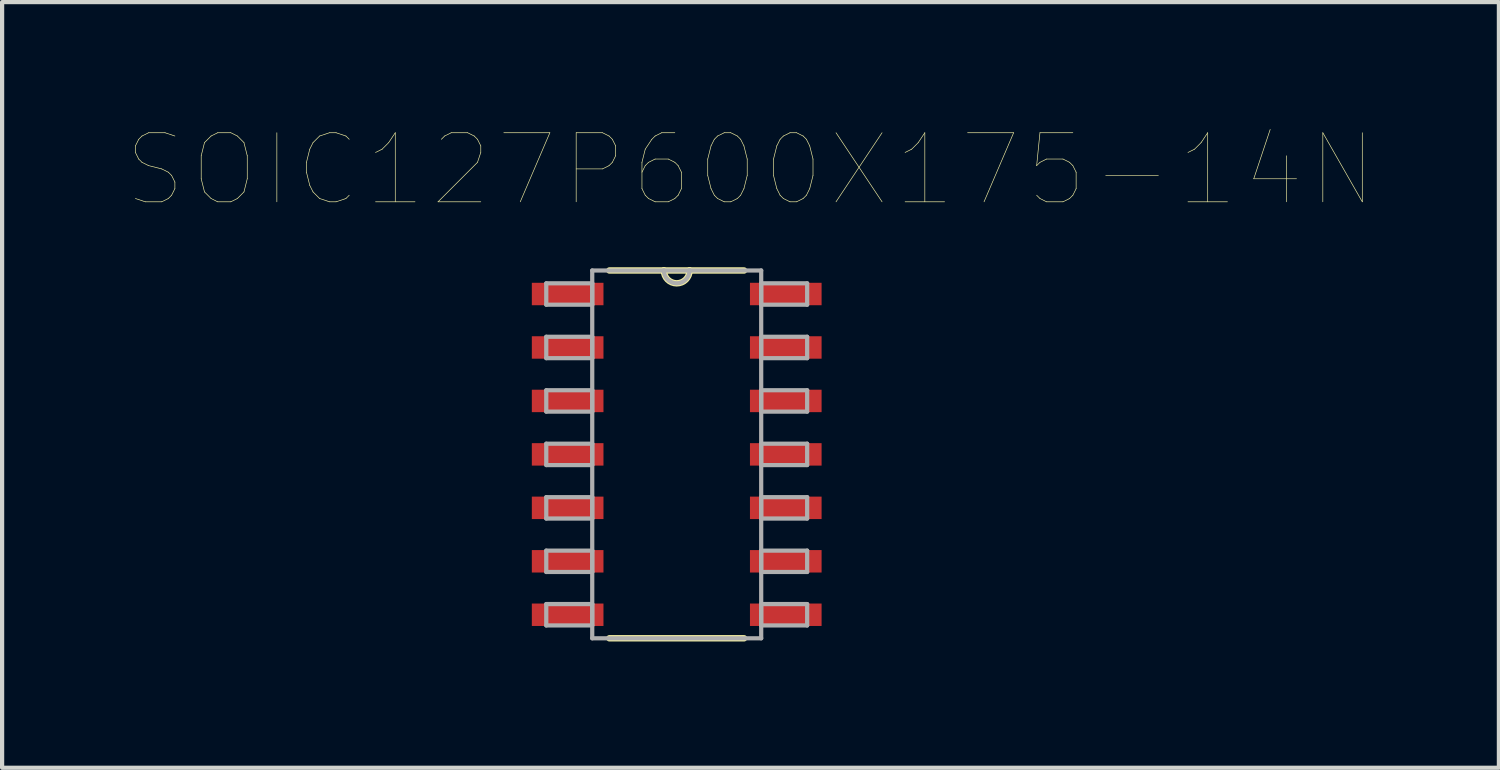
<source format=kicad_pcb>
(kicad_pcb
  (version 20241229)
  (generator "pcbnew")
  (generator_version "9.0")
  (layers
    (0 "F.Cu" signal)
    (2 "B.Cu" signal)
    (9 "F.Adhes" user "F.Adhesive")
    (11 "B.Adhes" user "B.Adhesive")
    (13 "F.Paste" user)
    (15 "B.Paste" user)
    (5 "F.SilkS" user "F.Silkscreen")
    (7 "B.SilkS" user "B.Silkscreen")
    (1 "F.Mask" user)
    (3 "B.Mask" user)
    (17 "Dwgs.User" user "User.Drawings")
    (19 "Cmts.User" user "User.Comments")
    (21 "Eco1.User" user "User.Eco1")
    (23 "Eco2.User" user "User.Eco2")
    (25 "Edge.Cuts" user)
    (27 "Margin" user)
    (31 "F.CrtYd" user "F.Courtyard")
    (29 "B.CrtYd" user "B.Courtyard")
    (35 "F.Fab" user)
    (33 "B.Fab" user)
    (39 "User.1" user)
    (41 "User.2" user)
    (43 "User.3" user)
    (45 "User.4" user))
  (footprint "SOIC127P600X175-14N"
    (layer "F.Cu")
    (at 13.027 7.745)
    (property "Reference" "SOIC127P600X175-14N" (at 1.753 -6.759 0) (layer "F.SilkS") (effects (font (size 1.641 1.641) (thickness 0.015))))
    (attr through_hole)
    (fp_line (start -1.6 4.369) (end 1.6 4.369) (stroke (width 0.152) (type solid)) (layer "F.SilkS"))
    (fp_line (start -0.305 -4.369) (end -1.6 -4.369) (stroke (width 0.152) (type solid)) (layer "F.SilkS"))
    (fp_line (start 0.305 -4.369) (end -0.305 -4.369) (stroke (width 0.152) (type solid)) (layer "F.SilkS"))
    (fp_line (start 1.6 -4.369) (end 0.305 -4.369) (stroke (width 0.152) (type solid)) (layer "F.SilkS"))
    (fp_arc (start 0.3048 -4.3688) (mid 0 -4.064) (end -0.3048 -4.3688) (stroke (width 0.1524) (type solid)) (layer "F.SilkS"))
    (fp_line (start -3.099 -4.064) (end -3.099 -3.556) (stroke (width 0.1) (type solid)) (layer "F.Fab"))
    (fp_line (start -3.099 -3.556) (end -2.007 -3.556) (stroke (width 0.1) (type solid)) (layer "F.Fab"))
    (fp_line (start -3.099 -2.794) (end -3.099 -2.286) (stroke (width 0.1) (type solid)) (layer "F.Fab"))
    (fp_line (start -3.099 -2.286) (end -2.007 -2.286) (stroke (width 0.1) (type solid)) (layer "F.Fab"))
    (fp_line (start -3.099 -1.524) (end -3.099 -1.016) (stroke (width 0.1) (type solid)) (layer "F.Fab"))
    (fp_line (start -3.099 -1.016) (end -2.007 -1.016) (stroke (width 0.1) (type solid)) (layer "F.Fab"))
    (fp_line (start -3.099 -0.254) (end -3.099 0.254) (stroke (width 0.1) (type solid)) (layer "F.Fab"))
    (fp_line (start -3.099 0.254) (end -2.007 0.254) (stroke (width 0.1) (type solid)) (layer "F.Fab"))
    (fp_line (start -3.099 1.016) (end -3.099 1.524) (stroke (width 0.1) (type solid)) (layer "F.Fab"))
    (fp_line (start -3.099 1.524) (end -2.007 1.524) (stroke (width 0.1) (type solid)) (layer "F.Fab"))
    (fp_line (start -3.099 2.286) (end -3.099 2.794) (stroke (width 0.1) (type solid)) (layer "F.Fab"))
    (fp_line (start -3.099 2.794) (end -2.007 2.794) (stroke (width 0.1) (type solid)) (layer "F.Fab"))
    (fp_line (start -3.099 3.556) (end -3.099 4.064) (stroke (width 0.1) (type solid)) (layer "F.Fab"))
    (fp_line (start -3.099 4.064) (end -2.007 4.064) (stroke (width 0.1) (type solid)) (layer "F.Fab"))
    (fp_line (start -2.007 -4.369) (end -2.007 4.369) (stroke (width 0.1) (type solid)) (layer "F.Fab"))
    (fp_line (start -2.007 -4.064) (end -3.099 -4.064) (stroke (width 0.1) (type solid)) (layer "F.Fab"))
    (fp_line (start -2.007 -3.556) (end -2.007 -4.064) (stroke (width 0.1) (type solid)) (layer "F.Fab"))
    (fp_line (start -2.007 -2.794) (end -3.099 -2.794) (stroke (width 0.1) (type solid)) (layer "F.Fab"))
    (fp_line (start -2.007 -2.286) (end -2.007 -2.794) (stroke (width 0.1) (type solid)) (layer "F.Fab"))
    (fp_line (start -2.007 -1.524) (end -3.099 -1.524) (stroke (width 0.1) (type solid)) (layer "F.Fab"))
    (fp_line (start -2.007 -1.016) (end -2.007 -1.524) (stroke (width 0.1) (type solid)) (layer "F.Fab"))
    (fp_line (start -2.007 -0.254) (end -3.099 -0.254) (stroke (width 0.1) (type solid)) (layer "F.Fab"))
    (fp_line (start -2.007 0.254) (end -2.007 -0.254) (stroke (width 0.1) (type solid)) (layer "F.Fab"))
    (fp_line (start -2.007 1.016) (end -3.099 1.016) (stroke (width 0.1) (type solid)) (layer "F.Fab"))
    (fp_line (start -2.007 1.524) (end -2.007 1.016) (stroke (width 0.1) (type solid)) (layer "F.Fab"))
    (fp_line (start -2.007 2.286) (end -3.099 2.286) (stroke (width 0.1) (type solid)) (layer "F.Fab"))
    (fp_line (start -2.007 2.794) (end -2.007 2.286) (stroke (width 0.1) (type solid)) (layer "F.Fab"))
    (fp_line (start -2.007 3.556) (end -3.099 3.556) (stroke (width 0.1) (type solid)) (layer "F.Fab"))
    (fp_line (start -2.007 4.064) (end -2.007 3.556) (stroke (width 0.1) (type solid)) (layer "F.Fab"))
    (fp_line (start -2.007 4.369) (end 2.007 4.369) (stroke (width 0.1) (type solid)) (layer "F.Fab"))
    (fp_line (start -0.305 -4.369) (end -2.007 -4.369) (stroke (width 0.1) (type solid)) (layer "F.Fab"))
    (fp_line (start 0.305 -4.369) (end -0.305 -4.369) (stroke (width 0.1) (type solid)) (layer "F.Fab"))
    (fp_line (start 2.007 -4.369) (end 0.305 -4.369) (stroke (width 0.1) (type solid)) (layer "F.Fab"))
    (fp_line (start 2.007 -4.064) (end 2.007 -3.556) (stroke (width 0.1) (type solid)) (layer "F.Fab"))
    (fp_line (start 2.007 -3.556) (end 3.099 -3.556) (stroke (width 0.1) (type solid)) (layer "F.Fab"))
    (fp_line (start 2.007 -2.794) (end 2.007 -2.286) (stroke (width 0.1) (type solid)) (layer "F.Fab"))
    (fp_line (start 2.007 -2.286) (end 3.099 -2.286) (stroke (width 0.1) (type solid)) (layer "F.Fab"))
    (fp_line (start 2.007 -1.524) (end 2.007 -1.016) (stroke (width 0.1) (type solid)) (layer "F.Fab"))
    (fp_line (start 2.007 -1.016) (end 3.099 -1.016) (stroke (width 0.1) (type solid)) (layer "F.Fab"))
    (fp_line (start 2.007 -0.254) (end 2.007 0.254) (stroke (width 0.1) (type solid)) (layer "F.Fab"))
    (fp_line (start 2.007 0.254) (end 3.099 0.254) (stroke (width 0.1) (type solid)) (layer "F.Fab"))
    (fp_line (start 2.007 1.016) (end 2.007 1.524) (stroke (width 0.1) (type solid)) (layer "F.Fab"))
    (fp_line (start 2.007 1.524) (end 3.099 1.524) (stroke (width 0.1) (type solid)) (layer "F.Fab"))
    (fp_line (start 2.007 2.286) (end 2.007 2.794) (stroke (width 0.1) (type solid)) (layer "F.Fab"))
    (fp_line (start 2.007 2.794) (end 3.099 2.794) (stroke (width 0.1) (type solid)) (layer "F.Fab"))
    (fp_line (start 2.007 3.556) (end 2.007 4.064) (stroke (width 0.1) (type solid)) (layer "F.Fab"))
    (fp_line (start 2.007 4.064) (end 3.099 4.064) (stroke (width 0.1) (type solid)) (layer "F.Fab"))
    (fp_line (start 2.007 4.369) (end 2.007 -4.369) (stroke (width 0.1) (type solid)) (layer "F.Fab"))
    (fp_line (start 3.099 -4.064) (end 2.007 -4.064) (stroke (width 0.1) (type solid)) (layer "F.Fab"))
    (fp_line (start 3.099 -3.556) (end 3.099 -4.064) (stroke (width 0.1) (type solid)) (layer "F.Fab"))
    (fp_line (start 3.099 -2.794) (end 2.007 -2.794) (stroke (width 0.1) (type solid)) (layer "F.Fab"))
    (fp_line (start 3.099 -2.286) (end 3.099 -2.794) (stroke (width 0.1) (type solid)) (layer "F.Fab"))
    (fp_line (start 3.099 -1.524) (end 2.007 -1.524) (stroke (width 0.1) (type solid)) (layer "F.Fab"))
    (fp_line (start 3.099 -1.016) (end 3.099 -1.524) (stroke (width 0.1) (type solid)) (layer "F.Fab"))
    (fp_line (start 3.099 -0.254) (end 2.007 -0.254) (stroke (width 0.1) (type solid)) (layer "F.Fab"))
    (fp_line (start 3.099 0.254) (end 3.099 -0.254) (stroke (width 0.1) (type solid)) (layer "F.Fab"))
    (fp_line (start 3.099 1.016) (end 2.007 1.016) (stroke (width 0.1) (type solid)) (layer "F.Fab"))
    (fp_line (start 3.099 1.524) (end 3.099 1.016) (stroke (width 0.1) (type solid)) (layer "F.Fab"))
    (fp_line (start 3.099 2.286) (end 2.007 2.286) (stroke (width 0.1) (type solid)) (layer "F.Fab"))
    (fp_line (start 3.099 2.794) (end 3.099 2.286) (stroke (width 0.1) (type solid)) (layer "F.Fab"))
    (fp_line (start 3.099 3.556) (end 2.007 3.556) (stroke (width 0.1) (type solid)) (layer "F.Fab"))
    (fp_line (start 3.099 4.064) (end 3.099 3.556) (stroke (width 0.1) (type solid)) (layer "F.Fab"))
    (fp_arc (start 0.3048 -4.3688) (mid 0 -4.064) (end -0.3048 -4.3688) (stroke (width 0.1) (type solid)) (layer "F.Fab"))
    (pad "1" smd rect (at -2.591 -3.81) (size 1.702 0.533) (layers "F.Cu" "F.Mask" "F.Paste"))
    (pad "2" smd rect (at -2.591 -2.54) (size 1.702 0.533) (layers "F.Cu" "F.Mask" "F.Paste"))
    (pad "3" smd rect (at -2.591 -1.27) (size 1.702 0.533) (layers "F.Cu" "F.Mask" "F.Paste"))
    (pad "4" smd rect (at -2.591 0) (size 1.702 0.533) (layers "F.Cu" "F.Mask" "F.Paste"))
    (pad "5" smd rect (at -2.591 1.27) (size 1.702 0.533) (layers "F.Cu" "F.Mask" "F.Paste"))
    (pad "6" smd rect (at -2.591 2.54) (size 1.702 0.533) (layers "F.Cu" "F.Mask" "F.Paste"))
    (pad "7" smd rect (at -2.591 3.81) (size 1.702 0.533) (layers "F.Cu" "F.Mask" "F.Paste"))
    (pad "8" smd rect (at 2.591 3.81) (size 1.702 0.533) (layers "F.Cu" "F.Mask" "F.Paste"))
    (pad "9" smd rect (at 2.591 2.54) (size 1.702 0.533) (layers "F.Cu" "F.Mask" "F.Paste"))
    (pad "10" smd rect (at 2.591 1.27) (size 1.702 0.533) (layers "F.Cu" "F.Mask" "F.Paste"))
    (pad "11" smd rect (at 2.591 0) (size 1.702 0.533) (layers "F.Cu" "F.Mask" "F.Paste"))
    (pad "12" smd rect (at 2.591 -1.27) (size 1.702 0.533) (layers "F.Cu" "F.Mask" "F.Paste"))
    (pad "13" smd rect (at 2.591 -2.54) (size 1.702 0.533) (layers "F.Cu" "F.Mask" "F.Paste"))
    (pad "14" smd rect (at 2.591 -3.81) (size 1.702 0.533) (layers "F.Cu" "F.Mask" "F.Paste")))
  (gr_rect
    (start -3 -3)
    (end 32.56 15.19)
    (stroke (width 0.1) (type default))
    (fill no)
    (layer "Edge.Cuts")))
</source>
